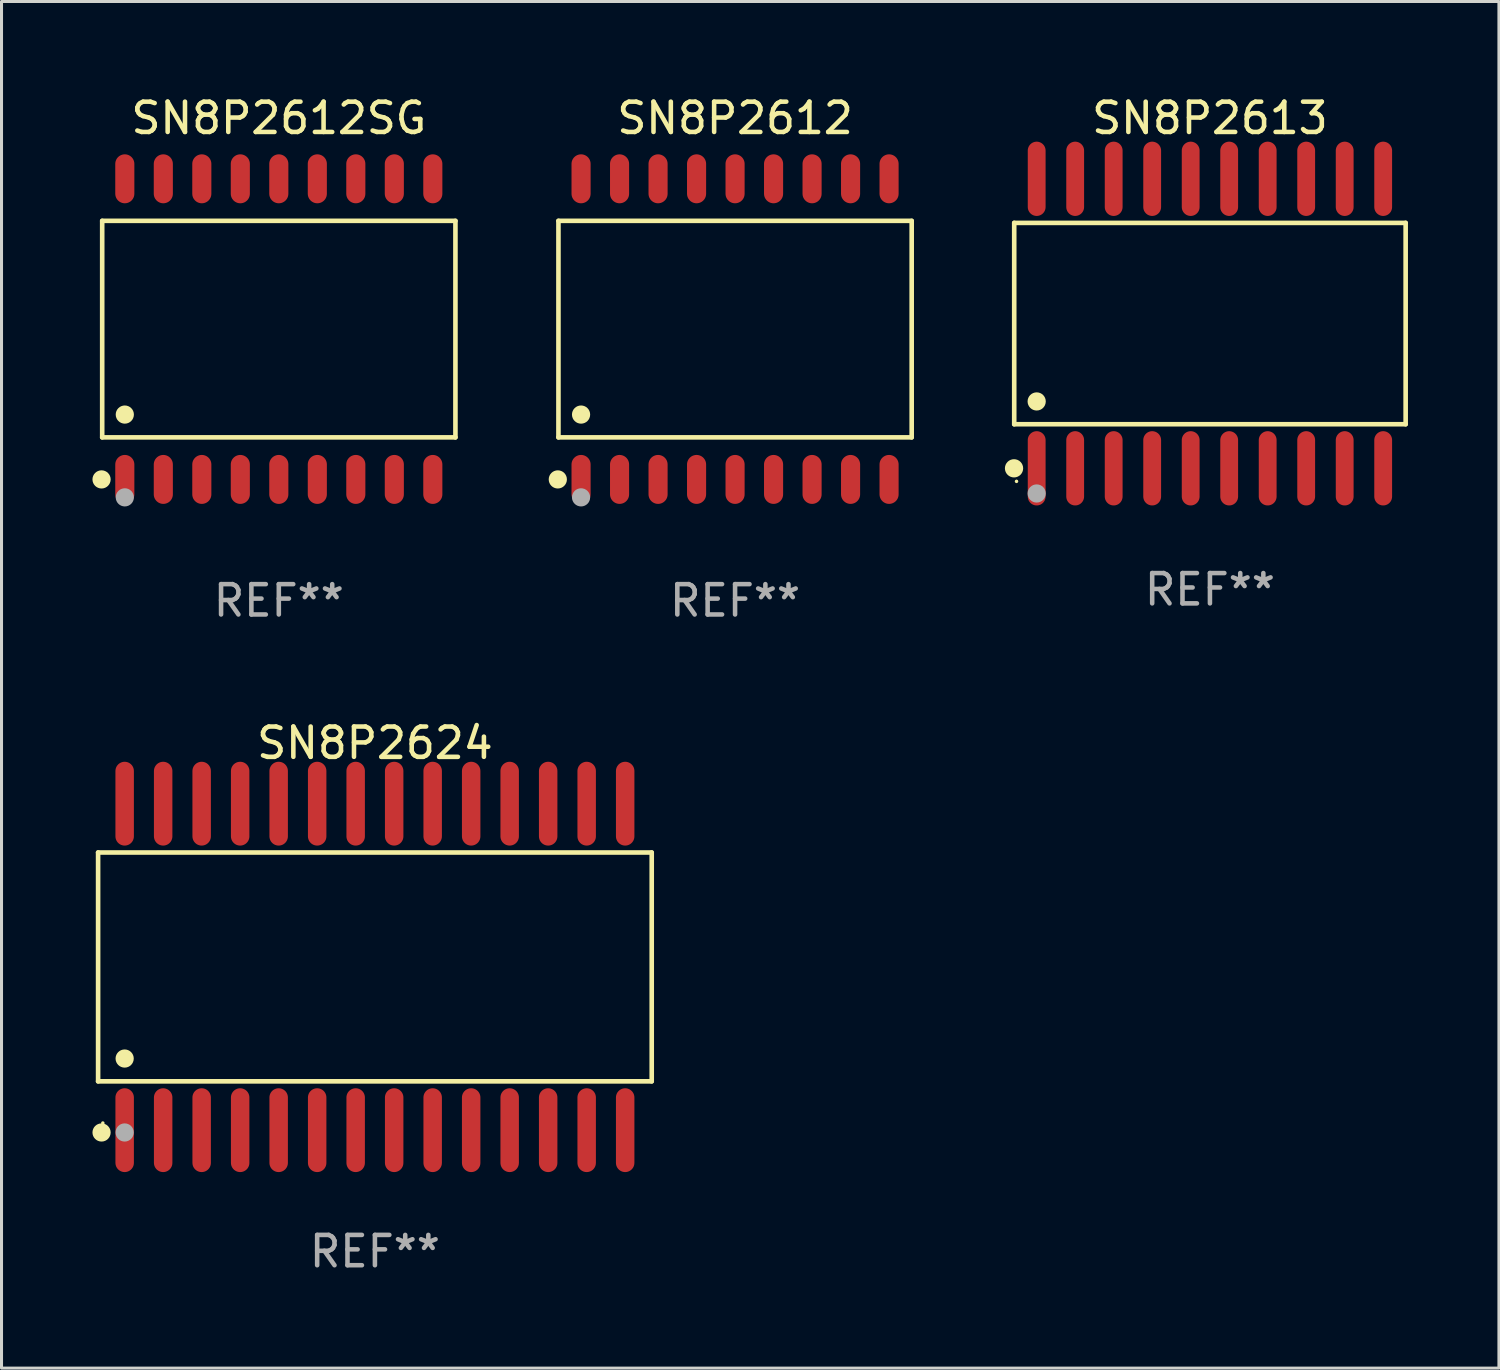
<source format=kicad_pcb>
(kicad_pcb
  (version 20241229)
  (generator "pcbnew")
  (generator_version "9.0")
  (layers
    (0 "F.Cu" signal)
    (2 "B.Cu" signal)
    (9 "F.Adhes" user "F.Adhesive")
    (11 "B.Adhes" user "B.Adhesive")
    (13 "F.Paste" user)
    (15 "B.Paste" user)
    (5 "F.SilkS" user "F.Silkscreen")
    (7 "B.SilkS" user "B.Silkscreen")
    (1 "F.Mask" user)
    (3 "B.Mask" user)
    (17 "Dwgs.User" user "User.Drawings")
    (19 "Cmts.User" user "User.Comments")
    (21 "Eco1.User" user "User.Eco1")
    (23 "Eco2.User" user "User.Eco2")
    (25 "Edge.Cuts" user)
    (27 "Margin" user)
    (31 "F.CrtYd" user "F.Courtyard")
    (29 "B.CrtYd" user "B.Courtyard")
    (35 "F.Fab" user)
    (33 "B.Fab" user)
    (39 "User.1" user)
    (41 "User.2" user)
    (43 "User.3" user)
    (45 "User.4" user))
  (footprint "SN8P2613"
    (layer "F.Cu")
    (at 36.861 7.623)
    (property "Reference" "SN8P2613" (at 0 -6.775 0) (layer "F.SilkS") (effects (font (size 1 1) (thickness 0.15))))
    (attr through_hole)
    (fp_line (start -6.456 -3.321) (end 6.456 -3.321) (stroke (width 0.152) (type solid)) (layer "F.SilkS"))
    (fp_line (start -6.456 3.321) (end -6.456 -3.321) (stroke (width 0.152) (type solid)) (layer "F.SilkS"))
    (fp_line (start 6.456 -3.321) (end 6.456 3.321) (stroke (width 0.152) (type solid)) (layer "F.SilkS"))
    (fp_line (start 6.456 3.321) (end -6.456 3.321) (stroke (width 0.152) (type solid)) (layer "F.SilkS"))
    (fp_circle (center -6.462 4.775) (end -6.311 4.775) (stroke (width 0.3) (type solid)) (fill no) (layer "F.SilkS"))
    (fp_circle (center -6.38 5.205) (end -6.35 5.205) (stroke (width 0.06) (type solid)) (fill no) (layer "F.SilkS"))
    (fp_circle (center -5.715 2.569) (end -5.565 2.569) (stroke (width 0.3) (type solid)) (fill no) (layer "F.SilkS"))
    (fp_circle (center -5.715 5.605) (end -5.565 5.605) (stroke (width 0.3) (type solid)) (fill no) (layer "F.Fab"))
    (fp_text user "REF**" (at 0 8.775 0) (layer "F.Fab") (effects (font (size 1 1) (thickness 0.15))))
    (pad "1" smd oval (at -5.715 4.775) (size 0.588 2.45) (layers "F.Cu" "F.Mask" "F.Paste"))
    (pad "2" smd oval (at -4.445 4.775) (size 0.588 2.45) (layers "F.Cu" "F.Mask" "F.Paste"))
    (pad "3" smd oval (at -3.175 4.775) (size 0.588 2.45) (layers "F.Cu" "F.Mask" "F.Paste"))
    (pad "4" smd oval (at -1.905 4.775) (size 0.588 2.45) (layers "F.Cu" "F.Mask" "F.Paste"))
    (pad "5" smd oval (at -0.635 4.775) (size 0.588 2.45) (layers "F.Cu" "F.Mask" "F.Paste"))
    (pad "6" smd oval (at 0.635 4.775) (size 0.588 2.45) (layers "F.Cu" "F.Mask" "F.Paste"))
    (pad "7" smd oval (at 1.905 4.775) (size 0.588 2.45) (layers "F.Cu" "F.Mask" "F.Paste"))
    (pad "8" smd oval (at 3.175 4.775) (size 0.588 2.45) (layers "F.Cu" "F.Mask" "F.Paste"))
    (pad "9" smd oval (at 4.445 4.775) (size 0.588 2.45) (layers "F.Cu" "F.Mask" "F.Paste"))
    (pad "10" smd oval (at 5.715 4.775) (size 0.588 2.45) (layers "F.Cu" "F.Mask" "F.Paste"))
    (pad "11" smd oval (at 5.715 -4.775) (size 0.588 2.45) (layers "F.Cu" "F.Mask" "F.Paste"))
    (pad "12" smd oval (at 4.445 -4.775) (size 0.588 2.45) (layers "F.Cu" "F.Mask" "F.Paste"))
    (pad "13" smd oval (at 3.175 -4.775) (size 0.588 2.45) (layers "F.Cu" "F.Mask" "F.Paste"))
    (pad "14" smd oval (at 1.905 -4.775) (size 0.588 2.45) (layers "F.Cu" "F.Mask" "F.Paste"))
    (pad "15" smd oval (at 0.635 -4.775) (size 0.588 2.45) (layers "F.Cu" "F.Mask" "F.Paste"))
    (pad "16" smd oval (at -0.635 -4.775) (size 0.588 2.45) (layers "F.Cu" "F.Mask" "F.Paste"))
    (pad "17" smd oval (at -1.905 -4.775) (size 0.588 2.45) (layers "F.Cu" "F.Mask" "F.Paste"))
    (pad "18" smd oval (at -3.175 -4.775) (size 0.588 2.45) (layers "F.Cu" "F.Mask" "F.Paste"))
    (pad "19" smd oval (at -4.445 -4.775) (size 0.588 2.45) (layers "F.Cu" "F.Mask" "F.Paste"))
    (pad "20" smd oval (at -5.715 -4.775) (size 0.588 2.45) (layers "F.Cu" "F.Mask" "F.Paste")))
  (footprint "SN8P2612SG"
    (layer "F.Cu")
    (at 6.147 7.806)
    (property "Reference" "SN8P2612SG" (at 0 -6.958 0) (layer "F.SilkS") (effects (font (size 1 1) (thickness 0.15))))
    (attr through_hole)
    (fp_line (start -5.826 -3.571) (end 5.826 -3.571) (stroke (width 0.152) (type solid)) (layer "F.SilkS"))
    (fp_line (start -5.826 3.571) (end -5.826 -3.571) (stroke (width 0.152) (type solid)) (layer "F.SilkS"))
    (fp_line (start 5.826 -3.571) (end 5.826 3.571) (stroke (width 0.152) (type solid)) (layer "F.SilkS"))
    (fp_line (start 5.826 3.571) (end -5.826 3.571) (stroke (width 0.152) (type solid)) (layer "F.SilkS"))
    (fp_circle (center -5.847 4.958) (end -5.697 4.958) (stroke (width 0.3) (type solid)) (fill no) (layer "F.SilkS"))
    (fp_circle (center -5.75 5.15) (end -5.72 5.15) (stroke (width 0.06) (type solid)) (fill no) (layer "F.SilkS"))
    (fp_circle (center -5.08 2.819) (end -4.93 2.819) (stroke (width 0.3) (type solid)) (fill no) (layer "F.SilkS"))
    (fp_circle (center -5.08 5.55) (end -4.93 5.55) (stroke (width 0.3) (type solid)) (fill no) (layer "F.Fab"))
    (fp_text user "REF**" (at 0 8.958 0) (layer "F.Fab") (effects (font (size 1 1) (thickness 0.15))))
    (pad "1" smd oval (at -5.08 4.958) (size 0.63 1.615) (layers "F.Cu" "F.Mask" "F.Paste"))
    (pad "2" smd oval (at -3.81 4.958) (size 0.63 1.615) (layers "F.Cu" "F.Mask" "F.Paste"))
    (pad "3" smd oval (at -2.54 4.958) (size 0.63 1.615) (layers "F.Cu" "F.Mask" "F.Paste"))
    (pad "4" smd oval (at -1.27 4.958) (size 0.63 1.615) (layers "F.Cu" "F.Mask" "F.Paste"))
    (pad "5" smd oval (at 0 4.958) (size 0.63 1.615) (layers "F.Cu" "F.Mask" "F.Paste"))
    (pad "6" smd oval (at 1.27 4.958) (size 0.63 1.615) (layers "F.Cu" "F.Mask" "F.Paste"))
    (pad "7" smd oval (at 2.54 4.958) (size 0.63 1.615) (layers "F.Cu" "F.Mask" "F.Paste"))
    (pad "8" smd oval (at 3.81 4.958) (size 0.63 1.615) (layers "F.Cu" "F.Mask" "F.Paste"))
    (pad "9" smd oval (at 5.08 4.958) (size 0.63 1.615) (layers "F.Cu" "F.Mask" "F.Paste"))
    (pad "10" smd oval (at 5.08 -4.958) (size 0.63 1.615) (layers "F.Cu" "F.Mask" "F.Paste"))
    (pad "11" smd oval (at 3.81 -4.958) (size 0.63 1.615) (layers "F.Cu" "F.Mask" "F.Paste"))
    (pad "12" smd oval (at 2.54 -4.958) (size 0.63 1.615) (layers "F.Cu" "F.Mask" "F.Paste"))
    (pad "13" smd oval (at 1.27 -4.958) (size 0.63 1.615) (layers "F.Cu" "F.Mask" "F.Paste"))
    (pad "14" smd oval (at 0 -4.958) (size 0.63 1.615) (layers "F.Cu" "F.Mask" "F.Paste"))
    (pad "15" smd oval (at -1.27 -4.958) (size 0.63 1.615) (layers "F.Cu" "F.Mask" "F.Paste"))
    (pad "16" smd oval (at -2.54 -4.958) (size 0.63 1.615) (layers "F.Cu" "F.Mask" "F.Paste"))
    (pad "17" smd oval (at -3.81 -4.958) (size 0.63 1.615) (layers "F.Cu" "F.Mask" "F.Paste"))
    (pad "18" smd oval (at -5.08 -4.958) (size 0.63 1.615) (layers "F.Cu" "F.Mask" "F.Paste")))
  (footprint "SN8P2612"
    (layer "F.Cu")
    (at 21.197 7.806)
    (property "Reference" "SN8P2612" (at 0 -6.958 0) (layer "F.SilkS") (effects (font (size 1 1) (thickness 0.15))))
    (attr through_hole)
    (fp_line (start -5.826 -3.571) (end 5.826 -3.571) (stroke (width 0.152) (type solid)) (layer "F.SilkS"))
    (fp_line (start -5.826 3.571) (end -5.826 -3.571) (stroke (width 0.152) (type solid)) (layer "F.SilkS"))
    (fp_line (start 5.826 -3.571) (end 5.826 3.571) (stroke (width 0.152) (type solid)) (layer "F.SilkS"))
    (fp_line (start 5.826 3.571) (end -5.826 3.571) (stroke (width 0.152) (type solid)) (layer "F.SilkS"))
    (fp_circle (center -5.847 4.958) (end -5.697 4.958) (stroke (width 0.3) (type solid)) (fill no) (layer "F.SilkS"))
    (fp_circle (center -5.75 5.15) (end -5.72 5.15) (stroke (width 0.06) (type solid)) (fill no) (layer "F.SilkS"))
    (fp_circle (center -5.08 2.819) (end -4.93 2.819) (stroke (width 0.3) (type solid)) (fill no) (layer "F.SilkS"))
    (fp_circle (center -5.08 5.55) (end -4.93 5.55) (stroke (width 0.3) (type solid)) (fill no) (layer "F.Fab"))
    (fp_text user "REF**" (at 0 8.958 0) (layer "F.Fab") (effects (font (size 1 1) (thickness 0.15))))
    (pad "1" smd oval (at -5.08 4.958) (size 0.63 1.615) (layers "F.Cu" "F.Mask" "F.Paste"))
    (pad "2" smd oval (at -3.81 4.958) (size 0.63 1.615) (layers "F.Cu" "F.Mask" "F.Paste"))
    (pad "3" smd oval (at -2.54 4.958) (size 0.63 1.615) (layers "F.Cu" "F.Mask" "F.Paste"))
    (pad "4" smd oval (at -1.27 4.958) (size 0.63 1.615) (layers "F.Cu" "F.Mask" "F.Paste"))
    (pad "5" smd oval (at 0 4.958) (size 0.63 1.615) (layers "F.Cu" "F.Mask" "F.Paste"))
    (pad "6" smd oval (at 1.27 4.958) (size 0.63 1.615) (layers "F.Cu" "F.Mask" "F.Paste"))
    (pad "7" smd oval (at 2.54 4.958) (size 0.63 1.615) (layers "F.Cu" "F.Mask" "F.Paste"))
    (pad "8" smd oval (at 3.81 4.958) (size 0.63 1.615) (layers "F.Cu" "F.Mask" "F.Paste"))
    (pad "9" smd oval (at 5.08 4.958) (size 0.63 1.615) (layers "F.Cu" "F.Mask" "F.Paste"))
    (pad "10" smd oval (at 5.08 -4.958) (size 0.63 1.615) (layers "F.Cu" "F.Mask" "F.Paste"))
    (pad "11" smd oval (at 3.81 -4.958) (size 0.63 1.615) (layers "F.Cu" "F.Mask" "F.Paste"))
    (pad "12" smd oval (at 2.54 -4.958) (size 0.63 1.615) (layers "F.Cu" "F.Mask" "F.Paste"))
    (pad "13" smd oval (at 1.27 -4.958) (size 0.63 1.615) (layers "F.Cu" "F.Mask" "F.Paste"))
    (pad "14" smd oval (at 0 -4.958) (size 0.63 1.615) (layers "F.Cu" "F.Mask" "F.Paste"))
    (pad "15" smd oval (at -1.27 -4.958) (size 0.63 1.615) (layers "F.Cu" "F.Mask" "F.Paste"))
    (pad "16" smd oval (at -2.54 -4.958) (size 0.63 1.615) (layers "F.Cu" "F.Mask" "F.Paste"))
    (pad "17" smd oval (at -3.81 -4.958) (size 0.63 1.615) (layers "F.Cu" "F.Mask" "F.Paste"))
    (pad "18" smd oval (at -5.08 -4.958) (size 0.63 1.615) (layers "F.Cu" "F.Mask" "F.Paste")))
  (footprint "SN8P2624"
    (layer "F.Cu")
    (at 9.317 28.845)
    (property "Reference" "SN8P2624" (at 0 -7.385 0) (layer "F.SilkS") (effects (font (size 1 1) (thickness 0.15))))
    (attr through_hole)
    (fp_line (start -9.131 -3.774) (end 9.131 -3.774) (stroke (width 0.152) (type solid)) (layer "F.SilkS"))
    (fp_line (start -9.131 3.774) (end -9.131 -3.774) (stroke (width 0.152) (type solid)) (layer "F.SilkS"))
    (fp_line (start 9.131 -3.774) (end 9.131 3.774) (stroke (width 0.152) (type solid)) (layer "F.SilkS"))
    (fp_line (start 9.131 3.774) (end -9.131 3.774) (stroke (width 0.152) (type solid)) (layer "F.SilkS"))
    (fp_circle (center -9.017 5.461) (end -8.867 5.461) (stroke (width 0.3) (type solid)) (fill no) (layer "F.SilkS"))
    (fp_circle (center -8.975 5.15) (end -8.945 5.15) (stroke (width 0.06) (type solid)) (fill no) (layer "F.SilkS"))
    (fp_circle (center -8.255 3.022) (end -8.105 3.022) (stroke (width 0.3) (type solid)) (fill no) (layer "F.SilkS"))
    (fp_circle (center -8.255 5.461) (end -8.105 5.461) (stroke (width 0.3) (type solid)) (fill no) (layer "F.Fab"))
    (fp_text user "REF**" (at 0 9.385 0) (layer "F.Fab") (effects (font (size 1 1) (thickness 0.15))))
    (pad "1" smd oval (at -8.255 5.385) (size 0.609 2.765) (layers "F.Cu" "F.Mask" "F.Paste"))
    (pad "2" smd oval (at -6.985 5.385) (size 0.609 2.765) (layers "F.Cu" "F.Mask" "F.Paste"))
    (pad "3" smd oval (at -5.715 5.385) (size 0.609 2.765) (layers "F.Cu" "F.Mask" "F.Paste"))
    (pad "4" smd oval (at -4.445 5.385) (size 0.609 2.765) (layers "F.Cu" "F.Mask" "F.Paste"))
    (pad "5" smd oval (at -3.175 5.385) (size 0.609 2.765) (layers "F.Cu" "F.Mask" "F.Paste"))
    (pad "6" smd oval (at -1.905 5.385) (size 0.609 2.765) (layers "F.Cu" "F.Mask" "F.Paste"))
    (pad "7" smd oval (at -0.635 5.385) (size 0.609 2.765) (layers "F.Cu" "F.Mask" "F.Paste"))
    (pad "8" smd oval (at 0.635 5.385) (size 0.609 2.765) (layers "F.Cu" "F.Mask" "F.Paste"))
    (pad "9" smd oval (at 1.905 5.385) (size 0.609 2.765) (layers "F.Cu" "F.Mask" "F.Paste"))
    (pad "10" smd oval (at 3.175 5.385) (size 0.609 2.765) (layers "F.Cu" "F.Mask" "F.Paste"))
    (pad "11" smd oval (at 4.445 5.385) (size 0.609 2.765) (layers "F.Cu" "F.Mask" "F.Paste"))
    (pad "12" smd oval (at 5.715 5.385) (size 0.609 2.765) (layers "F.Cu" "F.Mask" "F.Paste"))
    (pad "13" smd oval (at 6.985 5.385) (size 0.609 2.765) (layers "F.Cu" "F.Mask" "F.Paste"))
    (pad "14" smd oval (at 8.255 5.385) (size 0.609 2.765) (layers "F.Cu" "F.Mask" "F.Paste"))
    (pad "15" smd oval (at 8.255 -5.385) (size 0.609 2.765) (layers "F.Cu" "F.Mask" "F.Paste"))
    (pad "16" smd oval (at 6.985 -5.385) (size 0.609 2.765) (layers "F.Cu" "F.Mask" "F.Paste"))
    (pad "17" smd oval (at 5.715 -5.385) (size 0.609 2.765) (layers "F.Cu" "F.Mask" "F.Paste"))
    (pad "18" smd oval (at 4.445 -5.385) (size 0.609 2.765) (layers "F.Cu" "F.Mask" "F.Paste"))
    (pad "19" smd oval (at 3.175 -5.385) (size 0.609 2.765) (layers "F.Cu" "F.Mask" "F.Paste"))
    (pad "20" smd oval (at 1.905 -5.385) (size 0.609 2.765) (layers "F.Cu" "F.Mask" "F.Paste"))
    (pad "21" smd oval (at 0.635 -5.385) (size 0.609 2.765) (layers "F.Cu" "F.Mask" "F.Paste"))
    (pad "22" smd oval (at -0.635 -5.385) (size 0.609 2.765) (layers "F.Cu" "F.Mask" "F.Paste"))
    (pad "23" smd oval (at -1.905 -5.385) (size 0.609 2.765) (layers "F.Cu" "F.Mask" "F.Paste"))
    (pad "24" smd oval (at -3.175 -5.385) (size 0.609 2.765) (layers "F.Cu" "F.Mask" "F.Paste"))
    (pad "25" smd oval (at -4.445 -5.385) (size 0.609 2.765) (layers "F.Cu" "F.Mask" "F.Paste"))
    (pad "26" smd oval (at -5.715 -5.385) (size 0.609 2.765) (layers "F.Cu" "F.Mask" "F.Paste"))
    (pad "27" smd oval (at -6.985 -5.385) (size 0.609 2.765) (layers "F.Cu" "F.Mask" "F.Paste"))
    (pad "28" smd oval (at -8.255 -5.385) (size 0.609 2.765) (layers "F.Cu" "F.Mask" "F.Paste")))
  (gr_rect
    (start -3 -3)
    (end 46.394 42.078)
    (stroke (width 0.1) (type default))
    (fill no)
    (layer "Edge.Cuts")))
</source>
